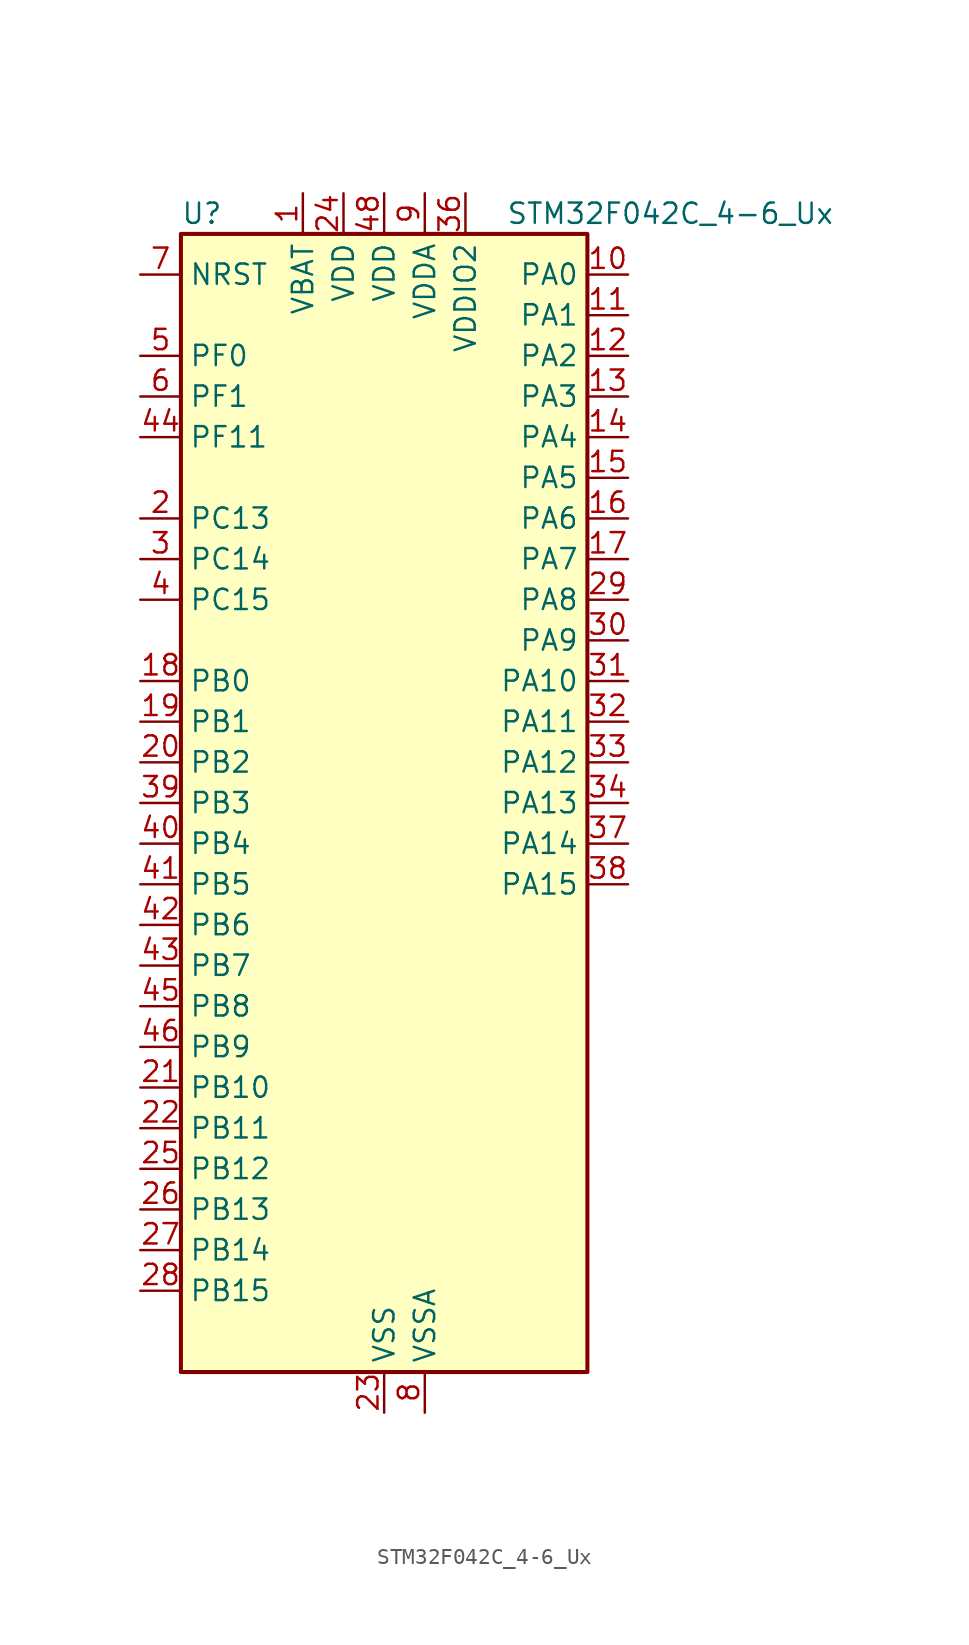
<source format=kicad_sym>
(kicad_symbol_lib
  (version 20220914)
  (generator kicad_symbol_editor)
  (symbol "STM32F042C_4-6_Ux"
    (property "Reference" "U"
      (at -12.7 36.83 0)
      (effects (font (size 1.27 1.27)) (justify left)))
    (property "Value" "STM32F042C_4-6_Ux"
      (at 7.62 36.83 0)
      (effects (font (size 1.27 1.27)) (justify left)))
    (property "ki_locked" ""
      (at 0 0 0)
      (effects (font (size 1.27 1.27))))
    (symbol "STM32F042C_4-6_Ux_0_1"
      (rectangle (start -12.7 -35.56) (end 12.7 35.56) (stroke (width 0.254) (type default)) (fill (type background))))
    (symbol "STM32F042C_4-6_Ux_1_1"
      (pin power_in line (at -5.08 38.1 270) (length 2.54) (name "VBAT" (effects (font (size 1.27 1.27)))) (number "1" (effects (font (size 1.27 1.27)))))
      (pin bidirectional line (at 15.24 33.02 180) (length 2.54) (name "PA0" (effects (font (size 1.27 1.27)))) (number "10" (effects (font (size 1.27 1.27)))) (alternate "ADC_IN0" bidirectional line) (alternate "RTC_TAMP2" bidirectional line) (alternate "SYS_WKUP1" bidirectional line) (alternate "TIM2_CH1" bidirectional line) (alternate "TIM2_ETR" bidirectional line) (alternate "TSC_G1_IO1" bidirectional line) (alternate "USART2_CTS" bidirectional line))
      (pin bidirectional line (at 15.24 30.48 180) (length 2.54) (name "PA1" (effects (font (size 1.27 1.27)))) (number "11" (effects (font (size 1.27 1.27)))) (alternate "ADC_IN1" bidirectional line) (alternate "TIM2_CH2" bidirectional line) (alternate "TSC_G1_IO2" bidirectional line) (alternate "USART2_DE" bidirectional line) (alternate "USART2_RTS" bidirectional line))
      (pin bidirectional line (at 15.24 27.94 180) (length 2.54) (name "PA2" (effects (font (size 1.27 1.27)))) (number "12" (effects (font (size 1.27 1.27)))) (alternate "ADC_IN2" bidirectional line) (alternate "SYS_WKUP4" bidirectional line) (alternate "TIM2_CH3" bidirectional line) (alternate "TSC_G1_IO3" bidirectional line) (alternate "USART2_TX" bidirectional line))
      (pin bidirectional line (at 15.24 25.4 180) (length 2.54) (name "PA3" (effects (font (size 1.27 1.27)))) (number "13" (effects (font (size 1.27 1.27)))) (alternate "ADC_IN3" bidirectional line) (alternate "TIM2_CH4" bidirectional line) (alternate "TSC_G1_IO4" bidirectional line) (alternate "USART2_RX" bidirectional line))
      (pin bidirectional line (at 15.24 22.86 180) (length 2.54) (name "PA4" (effects (font (size 1.27 1.27)))) (number "14" (effects (font (size 1.27 1.27)))) (alternate "ADC_IN4" bidirectional line) (alternate "I2S1_WS" bidirectional line) (alternate "SPI1_NSS" bidirectional line) (alternate "TIM14_CH1" bidirectional line) (alternate "TSC_G2_IO1" bidirectional line) (alternate "USART2_CK" bidirectional line) (alternate "USB_NOE" bidirectional line))
      (pin bidirectional line (at 15.24 20.32 180) (length 2.54) (name "PA5" (effects (font (size 1.27 1.27)))) (number "15" (effects (font (size 1.27 1.27)))) (alternate "ADC_IN5" bidirectional line) (alternate "CEC" bidirectional line) (alternate "I2S1_CK" bidirectional line) (alternate "SPI1_SCK" bidirectional line) (alternate "TIM2_CH1" bidirectional line) (alternate "TIM2_ETR" bidirectional line) (alternate "TSC_G2_IO2" bidirectional line))
      (pin bidirectional line (at 15.24 17.78 180) (length 2.54) (name "PA6" (effects (font (size 1.27 1.27)))) (number "16" (effects (font (size 1.27 1.27)))) (alternate "ADC_IN6" bidirectional line) (alternate "I2S1_MCK" bidirectional line) (alternate "SPI1_MISO" bidirectional line) (alternate "TIM16_CH1" bidirectional line) (alternate "TIM1_BKIN" bidirectional line) (alternate "TIM3_CH1" bidirectional line) (alternate "TSC_G2_IO3" bidirectional line))
      (pin bidirectional line (at 15.24 15.24 180) (length 2.54) (name "PA7" (effects (font (size 1.27 1.27)))) (number "17" (effects (font (size 1.27 1.27)))) (alternate "ADC_IN7" bidirectional line) (alternate "I2S1_SD" bidirectional line) (alternate "SPI1_MOSI" bidirectional line) (alternate "TIM14_CH1" bidirectional line) (alternate "TIM17_CH1" bidirectional line) (alternate "TIM1_CH1N" bidirectional line) (alternate "TIM3_CH2" bidirectional line) (alternate "TSC_G2_IO4" bidirectional line))
      (pin bidirectional line (at -15.24 7.62 0) (length 2.54) (name "PB0" (effects (font (size 1.27 1.27)))) (number "18" (effects (font (size 1.27 1.27)))) (alternate "ADC_IN8" bidirectional line) (alternate "TIM1_CH2N" bidirectional line) (alternate "TIM3_CH3" bidirectional line) (alternate "TSC_G3_IO2" bidirectional line))
      (pin bidirectional line (at -15.24 5.08 0) (length 2.54) (name "PB1" (effects (font (size 1.27 1.27)))) (number "19" (effects (font (size 1.27 1.27)))) (alternate "ADC_IN9" bidirectional line) (alternate "TIM14_CH1" bidirectional line) (alternate "TIM1_CH3N" bidirectional line) (alternate "TIM3_CH4" bidirectional line) (alternate "TSC_G3_IO3" bidirectional line))
      (pin bidirectional line (at -15.24 17.78 0) (length 2.54) (name "PC13" (effects (font (size 1.27 1.27)))) (number "2" (effects (font (size 1.27 1.27)))) (alternate "RTC_OUT_ALARM" bidirectional line) (alternate "RTC_OUT_CALIB" bidirectional line) (alternate "RTC_TAMP1" bidirectional line) (alternate "RTC_TS" bidirectional line) (alternate "SYS_WKUP2" bidirectional line))
      (pin bidirectional line (at -15.24 2.54 0) (length 2.54) (name "PB2" (effects (font (size 1.27 1.27)))) (number "20" (effects (font (size 1.27 1.27)))) (alternate "TSC_G3_IO4" bidirectional line))
      (pin bidirectional line (at -15.24 -17.78 0) (length 2.54) (name "PB10" (effects (font (size 1.27 1.27)))) (number "21" (effects (font (size 1.27 1.27)))) (alternate "CEC" bidirectional line) (alternate "I2C1_SCL" bidirectional line) (alternate "SPI2_SCK" bidirectional line) (alternate "TIM2_CH3" bidirectional line) (alternate "TSC_SYNC" bidirectional line))
      (pin bidirectional line (at -15.24 -20.32 0) (length 2.54) (name "PB11" (effects (font (size 1.27 1.27)))) (number "22" (effects (font (size 1.27 1.27)))) (alternate "I2C1_SDA" bidirectional line) (alternate "TIM2_CH4" bidirectional line))
      (pin power_in line (at 0 -38.1 90) (length 2.54) (name "VSS" (effects (font (size 1.27 1.27)))) (number "23" (effects (font (size 1.27 1.27)))))
      (pin power_in line (at -2.54 38.1 270) (length 2.54) (name "VDD" (effects (font (size 1.27 1.27)))) (number "24" (effects (font (size 1.27 1.27)))))
      (pin bidirectional line (at -15.24 -22.86 0) (length 2.54) (name "PB12" (effects (font (size 1.27 1.27)))) (number "25" (effects (font (size 1.27 1.27)))) (alternate "SPI2_NSS" bidirectional line) (alternate "TIM1_BKIN" bidirectional line))
      (pin bidirectional line (at -15.24 -25.4 0) (length 2.54) (name "PB13" (effects (font (size 1.27 1.27)))) (number "26" (effects (font (size 1.27 1.27)))) (alternate "I2C1_SCL" bidirectional line) (alternate "SPI2_SCK" bidirectional line) (alternate "TIM1_CH1N" bidirectional line))
      (pin bidirectional line (at -15.24 -27.94 0) (length 2.54) (name "PB14" (effects (font (size 1.27 1.27)))) (number "27" (effects (font (size 1.27 1.27)))) (alternate "I2C1_SDA" bidirectional line) (alternate "SPI2_MISO" bidirectional line) (alternate "TIM1_CH2N" bidirectional line))
      (pin bidirectional line (at -15.24 -30.48 0) (length 2.54) (name "PB15" (effects (font (size 1.27 1.27)))) (number "28" (effects (font (size 1.27 1.27)))) (alternate "RTC_REFIN" bidirectional line) (alternate "SPI2_MOSI" bidirectional line) (alternate "SYS_WKUP7" bidirectional line) (alternate "TIM1_CH3N" bidirectional line))
      (pin bidirectional line (at 15.24 12.7 180) (length 2.54) (name "PA8" (effects (font (size 1.27 1.27)))) (number "29" (effects (font (size 1.27 1.27)))) (alternate "CRS_SYNC" bidirectional line) (alternate "RCC_MCO" bidirectional line) (alternate "TIM1_CH1" bidirectional line) (alternate "USART1_CK" bidirectional line))
      (pin bidirectional line (at -15.24 15.24 0) (length 2.54) (name "PC14" (effects (font (size 1.27 1.27)))) (number "3" (effects (font (size 1.27 1.27)))) (alternate "RCC_OSC32_IN" bidirectional line))
      (pin bidirectional line (at 15.24 10.16 180) (length 2.54) (name "PA9" (effects (font (size 1.27 1.27)))) (number "30" (effects (font (size 1.27 1.27)))) (alternate "I2C1_SCL" bidirectional line) (alternate "TIM1_CH2" bidirectional line) (alternate "TSC_G4_IO1" bidirectional line) (alternate "USART1_TX" bidirectional line))
      (pin bidirectional line (at 15.24 7.62 180) (length 2.54) (name "PA10" (effects (font (size 1.27 1.27)))) (number "31" (effects (font (size 1.27 1.27)))) (alternate "I2C1_SDA" bidirectional line) (alternate "TIM17_BKIN" bidirectional line) (alternate "TIM1_CH3" bidirectional line) (alternate "TSC_G4_IO2" bidirectional line) (alternate "USART1_RX" bidirectional line))
      (pin bidirectional line (at 15.24 5.08 180) (length 2.54) (name "PA11" (effects (font (size 1.27 1.27)))) (number "32" (effects (font (size 1.27 1.27)))) (alternate "CAN_RX" bidirectional line) (alternate "I2C1_SCL" bidirectional line) (alternate "TIM1_CH4" bidirectional line) (alternate "TSC_G4_IO3" bidirectional line) (alternate "USART1_CTS" bidirectional line) (alternate "USB_DM" bidirectional line))
      (pin bidirectional line (at 15.24 2.54 180) (length 2.54) (name "PA12" (effects (font (size 1.27 1.27)))) (number "33" (effects (font (size 1.27 1.27)))) (alternate "CAN_TX" bidirectional line) (alternate "I2C1_SDA" bidirectional line) (alternate "TIM1_ETR" bidirectional line) (alternate "TSC_G4_IO4" bidirectional line) (alternate "USART1_DE" bidirectional line) (alternate "USART1_RTS" bidirectional line) (alternate "USB_DP" bidirectional line))
      (pin bidirectional line (at 15.24 0 180) (length 2.54) (name "PA13" (effects (font (size 1.27 1.27)))) (number "34" (effects (font (size 1.27 1.27)))) (alternate "IR_OUT" bidirectional line) (alternate "SYS_SWDIO" bidirectional line) (alternate "USB_NOE" bidirectional line))
      (pin passive line (at 0 -38.1 90) (length 2.54) hide (name "VSS" (effects (font (size 1.27 1.27)))) (number "35" (effects (font (size 1.27 1.27)))))
      (pin power_in line (at 5.08 38.1 270) (length 2.54) (name "VDDIO2" (effects (font (size 1.27 1.27)))) (number "36" (effects (font (size 1.27 1.27)))))
      (pin bidirectional line (at 15.24 -2.54 180) (length 2.54) (name "PA14" (effects (font (size 1.27 1.27)))) (number "37" (effects (font (size 1.27 1.27)))) (alternate "SYS_SWCLK" bidirectional line) (alternate "USART2_TX" bidirectional line))
      (pin bidirectional line (at 15.24 -5.08 180) (length 2.54) (name "PA15" (effects (font (size 1.27 1.27)))) (number "38" (effects (font (size 1.27 1.27)))) (alternate "I2S1_WS" bidirectional line) (alternate "SPI1_NSS" bidirectional line) (alternate "TIM2_CH1" bidirectional line) (alternate "TIM2_ETR" bidirectional line) (alternate "USART2_RX" bidirectional line) (alternate "USB_NOE" bidirectional line))
      (pin bidirectional line (at -15.24 0 0) (length 2.54) (name "PB3" (effects (font (size 1.27 1.27)))) (number "39" (effects (font (size 1.27 1.27)))) (alternate "I2S1_CK" bidirectional line) (alternate "SPI1_SCK" bidirectional line) (alternate "TIM2_CH2" bidirectional line) (alternate "TSC_G5_IO1" bidirectional line))
      (pin bidirectional line (at -15.24 12.7 0) (length 2.54) (name "PC15" (effects (font (size 1.27 1.27)))) (number "4" (effects (font (size 1.27 1.27)))) (alternate "RCC_OSC32_OUT" bidirectional line))
      (pin bidirectional line (at -15.24 -2.54 0) (length 2.54) (name "PB4" (effects (font (size 1.27 1.27)))) (number "40" (effects (font (size 1.27 1.27)))) (alternate "I2S1_MCK" bidirectional line) (alternate "SPI1_MISO" bidirectional line) (alternate "TIM17_BKIN" bidirectional line) (alternate "TIM3_CH1" bidirectional line) (alternate "TSC_G5_IO2" bidirectional line))
      (pin bidirectional line (at -15.24 -5.08 0) (length 2.54) (name "PB5" (effects (font (size 1.27 1.27)))) (number "41" (effects (font (size 1.27 1.27)))) (alternate "I2C1_SMBA" bidirectional line) (alternate "I2S1_SD" bidirectional line) (alternate "SPI1_MOSI" bidirectional line) (alternate "SYS_WKUP6" bidirectional line) (alternate "TIM16_BKIN" bidirectional line) (alternate "TIM3_CH2" bidirectional line))
      (pin bidirectional line (at -15.24 -7.62 0) (length 2.54) (name "PB6" (effects (font (size 1.27 1.27)))) (number "42" (effects (font (size 1.27 1.27)))) (alternate "I2C1_SCL" bidirectional line) (alternate "TIM16_CH1N" bidirectional line) (alternate "TSC_G5_IO3" bidirectional line) (alternate "USART1_TX" bidirectional line))
      (pin bidirectional line (at -15.24 -10.16 0) (length 2.54) (name "PB7" (effects (font (size 1.27 1.27)))) (number "43" (effects (font (size 1.27 1.27)))) (alternate "I2C1_SDA" bidirectional line) (alternate "TIM17_CH1N" bidirectional line) (alternate "TSC_G5_IO4" bidirectional line) (alternate "USART1_RX" bidirectional line))
      (pin bidirectional line (at -15.24 22.86 0) (length 2.54) (name "PF11" (effects (font (size 1.27 1.27)))) (number "44" (effects (font (size 1.27 1.27)))))
      (pin bidirectional line (at -15.24 -12.7 0) (length 2.54) (name "PB8" (effects (font (size 1.27 1.27)))) (number "45" (effects (font (size 1.27 1.27)))) (alternate "CAN_RX" bidirectional line) (alternate "CEC" bidirectional line) (alternate "I2C1_SCL" bidirectional line) (alternate "TIM16_CH1" bidirectional line) (alternate "TSC_SYNC" bidirectional line))
      (pin bidirectional line (at -15.24 -15.24 0) (length 2.54) (name "PB9" (effects (font (size 1.27 1.27)))) (number "46" (effects (font (size 1.27 1.27)))) (alternate "CAN_TX" bidirectional line) (alternate "I2C1_SDA" bidirectional line) (alternate "IR_OUT" bidirectional line) (alternate "SPI2_NSS" bidirectional line) (alternate "TIM17_CH1" bidirectional line))
      (pin passive line (at 0 -38.1 90) (length 2.54) hide (name "VSS" (effects (font (size 1.27 1.27)))) (number "47" (effects (font (size 1.27 1.27)))))
      (pin power_in line (at 0 38.1 270) (length 2.54) (name "VDD" (effects (font (size 1.27 1.27)))) (number "48" (effects (font (size 1.27 1.27)))))
      (pin passive line (at 0 -38.1 90) (length 2.54) hide (name "VSS" (effects (font (size 1.27 1.27)))) (number "49" (effects (font (size 1.27 1.27)))))
      (pin bidirectional line (at -15.24 27.94 0) (length 2.54) (name "PF0" (effects (font (size 1.27 1.27)))) (number "5" (effects (font (size 1.27 1.27)))) (alternate "CRS_SYNC" bidirectional line) (alternate "I2C1_SDA" bidirectional line) (alternate "RCC_OSC_IN" bidirectional line))
      (pin bidirectional line (at -15.24 25.4 0) (length 2.54) (name "PF1" (effects (font (size 1.27 1.27)))) (number "6" (effects (font (size 1.27 1.27)))) (alternate "I2C1_SCL" bidirectional line) (alternate "RCC_OSC_OUT" bidirectional line))
      (pin input line (at -15.24 33.02 0) (length 2.54) (name "NRST" (effects (font (size 1.27 1.27)))) (number "7" (effects (font (size 1.27 1.27)))))
      (pin power_in line (at 2.54 -38.1 90) (length 2.54) (name "VSSA" (effects (font (size 1.27 1.27)))) (number "8" (effects (font (size 1.27 1.27)))))
      (pin power_in line (at 2.54 38.1 270) (length 2.54) (name "VDDA" (effects (font (size 1.27 1.27)))) (number "9" (effects (font (size 1.27 1.27))))))))
</source>
